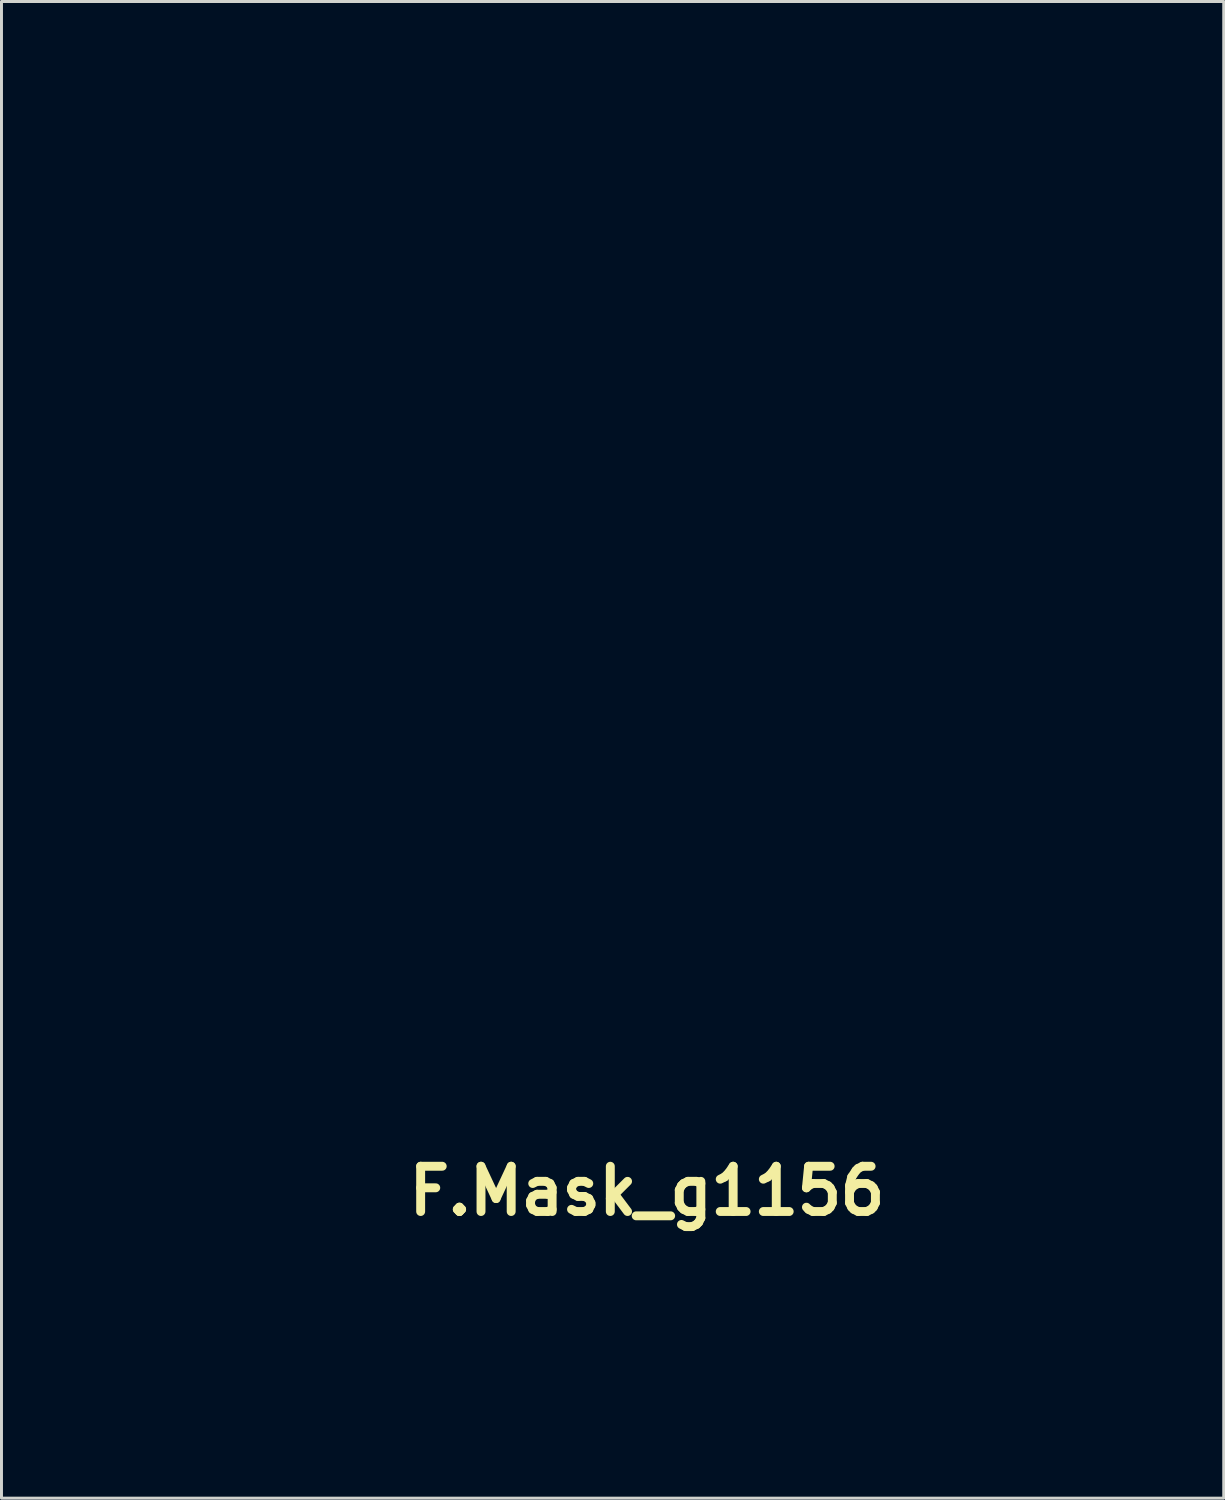
<source format=kicad_pcb>
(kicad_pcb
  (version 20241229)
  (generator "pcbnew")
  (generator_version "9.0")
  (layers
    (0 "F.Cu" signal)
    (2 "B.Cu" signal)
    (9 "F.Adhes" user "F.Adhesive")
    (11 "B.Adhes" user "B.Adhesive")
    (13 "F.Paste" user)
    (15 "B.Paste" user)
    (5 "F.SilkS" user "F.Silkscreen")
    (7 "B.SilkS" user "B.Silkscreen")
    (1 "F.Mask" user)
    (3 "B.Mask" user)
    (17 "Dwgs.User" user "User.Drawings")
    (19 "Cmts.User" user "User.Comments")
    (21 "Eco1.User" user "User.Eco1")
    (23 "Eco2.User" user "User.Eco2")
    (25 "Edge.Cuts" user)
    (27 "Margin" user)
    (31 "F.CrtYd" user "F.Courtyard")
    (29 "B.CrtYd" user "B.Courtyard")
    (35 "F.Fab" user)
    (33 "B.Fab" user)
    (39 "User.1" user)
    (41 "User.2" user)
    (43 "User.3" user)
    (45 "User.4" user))
  (footprint "F.Mask_g1156"
    (layer "F.Cu")
    (at 18.735 37.056)
    (property "Reference" "F.Mask_g1156" (at 0 0 0) (layer "F.SilkS") (effects (font (size 1.524 1.524) (thickness 0.3))))
    (attr through_hole)
    (fp_poly (pts (xy 13.485 -17.892) (xy 13.532 -17.856) (xy 13.561 -17.803) (xy 13.562 -17.74) (xy 13.535 -17.679) (xy 13.487 -17.644) (xy 13.422 -17.631) (xy 13.358 -17.643) (xy 13.327 -17.664) (xy 13.285 -17.729) (xy 13.284 -17.795) (xy 13.308 -17.841) (xy 13.365 -17.89) (xy 13.426 -17.905) (xy 13.485 -17.892)) (stroke (width 0.01) (type solid)) (fill yes) (layer "F.Mask"))
    (fp_poly (pts (xy 13.681 0.458) (xy 13.719 0.506) (xy 13.773 0.58) (xy 13.84 0.673) (xy 13.917 0.782) (xy 14 0.902) (xy 14.086 1.027) (xy 14.171 1.152) (xy 14.252 1.273) (xy 14.325 1.384) (xy 14.388 1.481) (xy 14.436 1.558) (xy 14.466 1.611) (xy 14.47 1.62) (xy 14.555 1.844) (xy 14.598 2.074) (xy 14.6 2.308) (xy 14.561 2.543) (xy 14.48 2.777) (xy 14.446 2.852) (xy 14.425 2.895) (xy 14.405 2.934) (xy 14.386 2.971) (xy 14.365 3.007) (xy 14.34 3.043) (xy 14.311 3.08) (xy 14.275 3.119) (xy 14.231 3.162) (xy 14.176 3.21) (xy 14.111 3.264) (xy 14.032 3.325) (xy 13.938 3.394) (xy 13.828 3.473) (xy 13.7 3.562) (xy 13.552 3.664) (xy 13.383 3.778) (xy 13.191 3.907) (xy 12.974 4.052) (xy 12.731 4.214) (xy 12.46 4.393) (xy 12.16 4.591) (xy 11.828 4.81) (xy 11.464 5.051) (xy 11.261 5.185) (xy 10.945 5.393) (xy 10.637 5.596) (xy 10.339 5.792) (xy 10.052 5.98) (xy 9.779 6.158) (xy 9.521 6.327) (xy 9.281 6.483) (xy 9.061 6.626) (xy 8.863 6.754) (xy 8.689 6.866) (xy 8.541 6.961) (xy 8.42 7.037) (xy 8.33 7.093) (xy 8.272 7.128) (xy 8.255 7.137) (xy 8.087 7.215) (xy 7.929 7.27) (xy 7.768 7.307) (xy 7.591 7.328) (xy 7.429 7.335) (xy 7.319 7.337) (xy 7.22 7.337) (xy 7.142 7.335) (xy 7.095 7.332) (xy 7.091 7.332) (xy 6.792 7.256) (xy 6.52 7.15) (xy 6.276 7.014) (xy 6.263 7.005) (xy 6.075 6.859) (xy 5.9 6.686) (xy 5.745 6.496) (xy 5.619 6.298) (xy 5.568 6.196) (xy 5.53 6.107) (xy 5.493 6.008) (xy 5.46 5.911) (xy 5.434 5.822) (xy 5.416 5.75) (xy 5.41 5.704) (xy 5.413 5.692) (xy 5.432 5.679) (xy 5.486 5.644) (xy 5.573 5.588) (xy 5.692 5.512) (xy 5.842 5.416) (xy 6.02 5.302) (xy 6.227 5.17) (xy 6.461 5.021) (xy 6.72 4.855) (xy 7.003 4.675) (xy 7.309 4.479) (xy 7.636 4.27) (xy 7.984 4.049) (xy 8.351 3.815) (xy 8.736 3.569) (xy 9.137 3.314) (xy 9.553 3.049) (xy 9.983 2.774) (xy 10.426 2.492) (xy 10.88 2.203) (xy 11.344 1.908) (xy 11.817 1.607) (xy 12.297 1.301) (xy 12.492 1.176) (xy 12.692 1.049) (xy 12.882 0.929) (xy 13.058 0.818) (xy 13.217 0.717) (xy 13.357 0.629) (xy 13.474 0.556) (xy 13.566 0.499) (xy 13.629 0.461) (xy 13.66 0.442) (xy 13.663 0.441) (xy 13.681 0.458)) (stroke (width 0.01) (type solid)) (fill yes) (layer "F.Mask"))
    (fp_poly (pts (xy -18.27 -3.018) (xy -18.245 -3.011) (xy -18.182 -2.996) (xy -18.083 -2.971) (xy -17.949 -2.938) (xy -17.783 -2.897) (xy -17.588 -2.849) (xy -17.365 -2.794) (xy -17.117 -2.733) (xy -16.846 -2.666) (xy -16.555 -2.594) (xy -16.245 -2.518) (xy -15.92 -2.438) (xy -15.581 -2.354) (xy -15.23 -2.268) (xy -15.166 -2.252) (xy -14.539 -2.098) (xy -13.952 -1.954) (xy -13.403 -1.819) (xy -12.891 -1.693) (xy -12.416 -1.576) (xy -11.975 -1.468) (xy -11.567 -1.367) (xy -11.191 -1.275) (xy -10.846 -1.19) (xy -10.531 -1.112) (xy -10.243 -1.041) (xy -9.983 -0.977) (xy -9.748 -0.919) (xy -9.537 -0.867) (xy -9.349 -0.82) (xy -9.183 -0.779) (xy -9.037 -0.743) (xy -8.911 -0.711) (xy -8.801 -0.684) (xy -8.709 -0.66) (xy -8.631 -0.64) (xy -8.568 -0.624) (xy -8.517 -0.611) (xy -8.477 -0.6) (xy -8.447 -0.592) (xy -8.426 -0.586) (xy -8.412 -0.581) (xy -8.404 -0.578) (xy -8.402 -0.576) (xy -8.4 -0.551) (xy -8.406 -0.491) (xy -8.416 -0.402) (xy -8.432 -0.292) (xy -8.45 -0.167) (xy -8.471 -0.034) (xy -8.493 0.101) (xy -8.516 0.23) (xy -8.537 0.348) (xy -8.557 0.447) (xy -8.573 0.521) (xy -8.582 0.555) (xy -8.66 0.743) (xy -8.766 0.914) (xy -8.908 1.077) (xy -8.912 1.081) (xy -9.09 1.233) (xy -9.288 1.349) (xy -9.5 1.43) (xy -9.722 1.473) (xy -9.948 1.477) (xy -10.128 1.45) (xy -10.172 1.44) (xy -10.253 1.419) (xy -10.366 1.39) (xy -10.508 1.354) (xy -10.674 1.31) (xy -10.86 1.262) (xy -11.061 1.209) (xy -11.275 1.153) (xy -11.419 1.115) (xy -11.682 1.045) (xy -11.971 0.969) (xy -12.276 0.888) (xy -12.589 0.806) (xy -12.898 0.724) (xy -13.193 0.646) (xy -13.466 0.574) (xy -13.663 0.522) (xy -13.878 0.466) (xy -14.126 0.4) (xy -14.401 0.328) (xy -14.695 0.25) (xy -15.002 0.169) (xy -15.314 0.087) (xy -15.624 0.005) (xy -15.926 -0.074) (xy -16.211 -0.149) (xy -16.245 -0.159) (xy -16.553 -0.24) (xy -16.824 -0.311) (xy -17.059 -0.374) (xy -17.262 -0.429) (xy -17.436 -0.478) (xy -17.584 -0.522) (xy -17.709 -0.561) (xy -17.814 -0.597) (xy -17.901 -0.632) (xy -17.975 -0.665) (xy -18.037 -0.698) (xy -18.092 -0.733) (xy -18.141 -0.77) (xy -18.188 -0.81) (xy -18.235 -0.855) (xy -18.287 -0.906) (xy -18.29 -0.909) (xy -18.378 -0.999) (xy -18.443 -1.075) (xy -18.495 -1.15) (xy -18.544 -1.238) (xy -18.57 -1.291) (xy -18.662 -1.517) (xy -18.715 -1.736) (xy -18.73 -1.954) (xy -18.707 -2.18) (xy -18.699 -2.218) (xy -18.674 -2.325) (xy -18.642 -2.425) (xy -18.598 -2.527) (xy -18.538 -2.641) (xy -18.459 -2.776) (xy -18.435 -2.815) (xy -18.373 -2.912) (xy -18.328 -2.976) (xy -18.295 -3.01) (xy -18.271 -3.018) (xy -18.27 -3.018)) (stroke (width 0.01) (type solid)) (fill yes) (layer "F.Mask"))
    (fp_poly (pts (xy -8.954 -14.769) (xy -8.725 -14.762) (xy -8.461 -14.751) (xy -8.159 -14.736) (xy -8.096 -14.733) (xy -7.873 -14.721) (xy -7.687 -14.709) (xy -7.533 -14.698) (xy -7.407 -14.685) (xy -7.304 -14.669) (xy -7.218 -14.651) (xy -7.145 -14.627) (xy -7.08 -14.598) (xy -7.018 -14.563) (xy -6.955 -14.52) (xy -6.884 -14.468) (xy -6.883 -14.467) (xy -6.726 -14.323) (xy -6.601 -14.154) (xy -6.511 -13.962) (xy -6.456 -13.753) (xy -6.441 -13.61) (xy -6.439 -13.547) (xy -6.44 -13.481) (xy -6.445 -13.406) (xy -6.453 -13.317) (xy -6.466 -13.208) (xy -6.485 -13.074) (xy -6.509 -12.909) (xy -6.54 -12.711) (xy -6.569 -12.524) (xy -6.597 -12.334) (xy -6.624 -12.148) (xy -6.649 -11.975) (xy -6.67 -11.824) (xy -6.685 -11.704) (xy -6.689 -11.671) (xy -6.7 -11.583) (xy -6.716 -11.465) (xy -6.736 -11.323) (xy -6.759 -11.162) (xy -6.784 -10.989) (xy -6.811 -10.809) (xy -6.837 -10.629) (xy -6.864 -10.454) (xy -6.888 -10.292) (xy -6.911 -10.147) (xy -6.93 -10.025) (xy -6.945 -9.934) (xy -6.955 -9.878) (xy -6.956 -9.877) (xy -6.968 -9.817) (xy -7.141 -9.826) (xy -7.522 -9.826) (xy -7.909 -9.787) (xy -8.296 -9.709) (xy -8.679 -9.596) (xy -9.051 -9.448) (xy -9.408 -9.267) (xy -9.746 -9.054) (xy -9.905 -8.937) (xy -10.209 -8.676) (xy -10.486 -8.383) (xy -10.736 -8.062) (xy -10.955 -7.717) (xy -11.139 -7.353) (xy -11.287 -6.972) (xy -11.292 -6.959) (xy -11.405 -6.549) (xy -11.477 -6.138) (xy -11.506 -5.727) (xy -11.492 -5.316) (xy -11.437 -4.906) (xy -11.338 -4.495) (xy -11.291 -4.343) (xy -11.141 -3.954) (xy -10.954 -3.584) (xy -10.732 -3.235) (xy -10.476 -2.91) (xy -10.189 -2.612) (xy -9.873 -2.342) (xy -9.641 -2.176) (xy -9.435 -2.05) (xy -9.204 -1.928) (xy -8.959 -1.815) (xy -8.715 -1.718) (xy -8.482 -1.64) (xy -8.361 -1.607) (xy -8.296 -1.591) (xy -8.251 -1.579) (xy -8.238 -1.575) (xy -8.237 -1.553) (xy -8.243 -1.499) (xy -8.254 -1.42) (xy -8.268 -1.327) (xy -8.284 -1.229) (xy -8.3 -1.133) (xy -8.315 -1.049) (xy -8.327 -0.986) (xy -8.336 -0.953) (xy -8.337 -0.95) (xy -8.361 -0.951) (xy -8.419 -0.962) (xy -8.505 -0.98) (xy -8.613 -1.004) (xy -8.736 -1.034) (xy -8.752 -1.038) (xy -8.835 -1.058) (xy -8.955 -1.088) (xy -9.109 -1.126) (xy -9.292 -1.171) (xy -9.5 -1.222) (xy -9.729 -1.279) (xy -9.977 -1.34) (xy -10.238 -1.404) (xy -10.508 -1.47) (xy -10.785 -1.538) (xy -10.933 -1.575) (xy -11.24 -1.65) (xy -11.58 -1.734) (xy -11.947 -1.824) (xy -12.333 -1.919) (xy -12.73 -2.016) (xy -13.131 -2.115) (xy -13.528 -2.212) (xy -13.915 -2.307) (xy -14.283 -2.398) (xy -14.625 -2.482) (xy -14.69 -2.498) (xy -14.991 -2.572) (xy -15.294 -2.646) (xy -15.594 -2.72) (xy -15.888 -2.792) (xy -16.17 -2.861) (xy -16.437 -2.927) (xy -16.685 -2.988) (xy -16.908 -3.043) (xy -17.103 -3.09) (xy -17.265 -3.13) (xy -17.383 -3.159) (xy -17.55 -3.2) (xy -17.703 -3.239) (xy -17.837 -3.274) (xy -17.948 -3.304) (xy -18.032 -3.327) (xy -18.083 -3.343) (xy -18.097 -3.35) (xy -18.087 -3.373) (xy -18.058 -3.425) (xy -18.015 -3.497) (xy -17.963 -3.584) (xy -17.957 -3.593) (xy -17.924 -3.647) (xy -17.871 -3.734) (xy -17.799 -3.85) (xy -17.712 -3.993) (xy -17.611 -4.158) (xy -17.497 -4.344) (xy -17.373 -4.547) (xy -17.241 -4.763) (xy -17.103 -4.99) (xy -16.96 -5.223) (xy -16.906 -5.313) (xy -16.664 -5.709) (xy -16.417 -6.112) (xy -16.168 -6.52) (xy -15.916 -6.931) (xy -15.663 -7.344) (xy -15.41 -7.756) (xy -15.158 -8.167) (xy -14.908 -8.574) (xy -14.661 -8.976) (xy -14.418 -9.371) (xy -14.18 -9.757) (xy -13.948 -10.134) (xy -13.723 -10.498) (xy -13.507 -10.85) (xy -13.299 -11.186) (xy -13.101 -11.505) (xy -12.915 -11.806) (xy -12.741 -12.087) (xy -12.58 -12.346) (xy -12.433 -12.581) (xy -12.302 -12.792) (xy -12.187 -12.976) (xy -12.089 -13.131) (xy -12.009 -13.256) (xy -11.949 -13.35) (xy -11.91 -13.41) (xy -11.895 -13.431) (xy -11.654 -13.715) (xy -11.384 -13.971) (xy -11.088 -14.195) (xy -10.769 -14.386) (xy -10.432 -14.542) (xy -10.079 -14.66) (xy -9.713 -14.74) (xy -9.694 -14.743) (xy -9.589 -14.756) (xy -9.465 -14.765) (xy -9.321 -14.771) (xy -9.151 -14.772) (xy -8.954 -14.769)) (stroke (width 0.01) (type solid)) (fill yes) (layer "F.Mask"))
    (fp_poly (pts (xy 5.715 -10.596) (xy 5.847 -10.563) (xy 5.964 -10.496) (xy 6.032 -10.439) (xy 6.063 -10.404) (xy 6.116 -10.335) (xy 6.191 -10.236) (xy 6.286 -10.107) (xy 6.4 -9.95) (xy 6.531 -9.767) (xy 6.679 -9.559) (xy 6.841 -9.329) (xy 7.018 -9.079) (xy 7.207 -8.809) (xy 7.215 -8.797) (xy 8.294 -7.254) (xy 8.06 -7.03) (xy 7.965 -6.937) (xy 7.87 -6.839) (xy 7.783 -6.746) (xy 7.715 -6.669) (xy 7.703 -6.655) (xy 7.461 -6.325) (xy 7.251 -5.971) (xy 7.075 -5.596) (xy 6.936 -5.206) (xy 6.834 -4.804) (xy 6.774 -4.406) (xy 6.754 -3.998) (xy 6.775 -3.593) (xy 6.835 -3.193) (xy 6.934 -2.8) (xy 7.071 -2.419) (xy 7.243 -2.052) (xy 7.449 -1.703) (xy 7.689 -1.375) (xy 7.961 -1.07) (xy 8.244 -0.808) (xy 8.58 -0.553) (xy 8.935 -0.336) (xy 9.306 -0.155) (xy 9.691 -0.013) (xy 10.088 0.09) (xy 10.492 0.154) (xy 10.903 0.177) (xy 11.318 0.159) (xy 11.733 0.1) (xy 11.764 0.094) (xy 12.05 0.026) (xy 12.327 -0.062) (xy 12.607 -0.175) (xy 12.783 -0.257) (xy 12.904 -0.315) (xy 12.992 -0.354) (xy 13.052 -0.377) (xy 13.088 -0.384) (xy 13.104 -0.378) (xy 13.104 -0.377) (xy 13.122 -0.35) (xy 13.159 -0.296) (xy 13.211 -0.222) (xy 13.272 -0.134) (xy 13.291 -0.107) (xy 13.352 -0.019) (xy 13.4 0.057) (xy 13.433 0.114) (xy 13.447 0.145) (xy 13.446 0.149) (xy 13.426 0.162) (xy 13.373 0.197) (xy 13.287 0.252) (xy 13.172 0.326) (xy 13.029 0.418) (xy 12.86 0.526) (xy 12.666 0.649) (xy 12.451 0.787) (xy 12.216 0.937) (xy 11.962 1.099) (xy 11.692 1.271) (xy 11.408 1.452) (xy 11.111 1.642) (xy 10.804 1.838) (xy 10.488 2.039) (xy 10.166 2.244) (xy 9.839 2.452) (xy 9.51 2.662) (xy 9.18 2.873) (xy 8.851 3.083) (xy 8.525 3.29) (xy 8.204 3.495) (xy 7.89 3.694) (xy 7.585 3.889) (xy 7.291 4.076) (xy 7.01 4.255) (xy 6.743 4.424) (xy 6.494 4.583) (xy 6.263 4.73) (xy 6.052 4.864) (xy 5.864 4.983) (xy 5.701 5.087) (xy 5.564 5.174) (xy 5.455 5.242) (xy 5.377 5.292) (xy 5.331 5.321) (xy 5.318 5.328) (xy 5.289 5.321) (xy 5.282 5.31) (xy 5.275 5.285) (xy 5.257 5.223) (xy 5.229 5.127) (xy 5.193 5.002) (xy 5.149 4.851) (xy 5.099 4.678) (xy 5.044 4.486) (xy 4.984 4.279) (xy 4.931 4.096) (xy 4.863 3.858) (xy 4.792 3.615) (xy 4.722 3.373) (xy 4.654 3.138) (xy 4.59 2.917) (xy 4.531 2.715) (xy 4.479 2.539) (xy 4.437 2.395) (xy 4.424 2.349) (xy 4.389 2.233) (xy 4.345 2.08) (xy 4.292 1.897) (xy 4.231 1.688) (xy 4.165 1.459) (xy 4.094 1.213) (xy 4.02 0.957) (xy 3.945 0.695) (xy 3.87 0.432) (xy 3.831 0.296) (xy 3.765 0.065) (xy 3.689 -0.201) (xy 3.604 -0.498) (xy 3.511 -0.821) (xy 3.413 -1.163) (xy 3.31 -1.52) (xy 3.204 -1.887) (xy 3.097 -2.258) (xy 2.991 -2.629) (xy 2.885 -2.995) (xy 2.783 -3.349) (xy 2.72 -3.567) (xy 2.589 -4.021) (xy 2.469 -4.437) (xy 2.359 -4.816) (xy 2.26 -5.16) (xy 2.171 -5.471) (xy 2.09 -5.751) (xy 2.019 -6.001) (xy 1.955 -6.224) (xy 1.9 -6.421) (xy 1.851 -6.594) (xy 1.81 -6.746) (xy 1.774 -6.878) (xy 1.744 -6.991) (xy 1.72 -7.089) (xy 1.7 -7.172) (xy 1.684 -7.242) (xy 1.672 -7.303) (xy 1.664 -7.354) (xy 1.658 -7.399) (xy 1.654 -7.439) (xy 1.652 -7.476) (xy 1.651 -7.511) (xy 1.651 -7.548) (xy 1.651 -7.587) (xy 1.651 -7.6) (xy 1.655 -7.65) (xy 6.065 -7.65) (xy 6.085 -7.494) (xy 6.14 -7.344) (xy 6.232 -7.204) (xy 6.244 -7.189) (xy 6.318 -7.123) (xy 6.418 -7.058) (xy 6.528 -7.003) (xy 6.583 -6.982) (xy 6.665 -6.969) (xy 6.77 -6.97) (xy 6.884 -6.984) (xy 6.992 -7.009) (xy 7.051 -7.032) (xy 7.195 -7.12) (xy 7.313 -7.242) (xy 7.382 -7.351) (xy 7.41 -7.409) (xy 7.427 -7.462) (xy 7.436 -7.524) (xy 7.44 -7.607) (xy 7.44 -7.662) (xy 7.438 -7.762) (xy 7.433 -7.833) (xy 7.42 -7.889) (xy 7.398 -7.943) (xy 7.382 -7.974) (xy 7.283 -8.12) (xy 7.157 -8.234) (xy 7.05 -8.295) (xy 6.98 -8.324) (xy 6.913 -8.341) (xy 6.835 -8.349) (xy 6.752 -8.35) (xy 6.654 -8.348) (xy 6.581 -8.339) (xy 6.517 -8.32) (xy 6.452 -8.291) (xy 6.314 -8.202) (xy 6.204 -8.087) (xy 6.126 -7.952) (xy 6.079 -7.805) (xy 6.065 -7.65) (xy 1.655 -7.65) (xy 1.672 -7.874) (xy 1.732 -8.14) (xy 1.829 -8.395) (xy 1.96 -8.635) (xy 2.123 -8.853) (xy 2.315 -9.047) (xy 2.533 -9.212) (xy 2.624 -9.266) (xy 2.669 -9.29) (xy 2.75 -9.33) (xy 2.864 -9.386) (xy 3.008 -9.455) (xy 3.179 -9.538) (xy 3.376 -9.632) (xy 3.594 -9.736) (xy 3.833 -9.85) (xy 4.088 -9.971) (xy 4.357 -10.098) (xy 4.637 -10.23) (xy 4.927 -10.367) (xy 5.154 -10.473) (xy 5.266 -10.524) (xy 5.35 -10.559) (xy 5.419 -10.581) (xy 5.482 -10.594) (xy 5.55 -10.6) (xy 5.56 -10.601) (xy 5.715 -10.596)) (stroke (width 0.01) (type solid)) (fill yes) (layer "F.Mask"))
    (fp_poly (pts (xy -11.818 -37.017) (xy -11.473 -36.944) (xy -11.137 -36.834) (xy -10.814 -36.687) (xy -10.509 -36.505) (xy -10.225 -36.289) (xy -10.16 -36.232) (xy -9.923 -35.992) (xy -9.71 -35.725) (xy -9.525 -35.436) (xy -9.371 -35.133) (xy -9.251 -34.821) (xy -9.177 -34.538) (xy -9.136 -34.262) (xy -9.118 -33.968) (xy -9.124 -33.671) (xy -9.154 -33.387) (xy -9.177 -33.262) (xy -9.192 -33.185) (xy -9.201 -33.127) (xy -9.204 -33.097) (xy -9.204 -33.095) (xy -9.185 -33.083) (xy -9.134 -33.05) (xy -9.054 -32.999) (xy -8.949 -32.932) (xy -8.822 -32.852) (xy -8.677 -32.759) (xy -8.516 -32.657) (xy -8.344 -32.548) (xy -8.324 -32.535) (xy -8.123 -32.407) (xy -7.954 -32.299) (xy -7.816 -32.209) (xy -7.703 -32.136) (xy -7.614 -32.076) (xy -7.545 -32.028) (xy -7.493 -31.989) (xy -7.455 -31.957) (xy -7.428 -31.93) (xy -7.408 -31.905) (xy -7.394 -31.883) (xy -7.342 -31.758) (xy -7.326 -31.628) (xy -7.349 -31.504) (xy -7.361 -31.473) (xy -7.379 -31.445) (xy -7.422 -31.388) (xy -7.487 -31.303) (xy -7.573 -31.192) (xy -7.676 -31.06) (xy -7.796 -30.907) (xy -7.93 -30.738) (xy -8.076 -30.554) (xy -8.232 -30.358) (xy -8.395 -30.153) (xy -8.564 -29.942) (xy -8.736 -29.726) (xy -8.91 -29.509) (xy -9.083 -29.293) (xy -9.254 -29.081) (xy -9.419 -28.876) (xy -9.578 -28.68) (xy -9.727 -28.495) (xy -9.865 -28.326) (xy -9.99 -28.173) (xy -10.099 -28.039) (xy -10.191 -27.928) (xy -10.263 -27.842) (xy -10.313 -27.784) (xy -10.339 -27.756) (xy -10.443 -27.686) (xy -10.565 -27.651) (xy -10.698 -27.653) (xy -10.773 -27.671) (xy -10.82 -27.69) (xy -10.864 -27.717) (xy -10.909 -27.756) (xy -10.957 -27.812) (xy -11.011 -27.886) (xy -11.072 -27.984) (xy -11.144 -28.108) (xy -11.229 -28.262) (xy -11.33 -28.451) (xy -11.345 -28.48) (xy -11.427 -28.635) (xy -10.824 -28.635) (xy -10.709 -28.532) (xy -10.651 -28.482) (xy -10.603 -28.447) (xy -10.576 -28.434) (xy -10.575 -28.434) (xy -10.558 -28.451) (xy -10.516 -28.497) (xy -10.45 -28.57) (xy -10.362 -28.669) (xy -10.254 -28.79) (xy -10.129 -28.932) (xy -9.987 -29.093) (xy -9.832 -29.269) (xy -9.664 -29.46) (xy -9.487 -29.662) (xy -9.302 -29.874) (xy -9.289 -29.888) (xy -8.022 -31.337) (xy -8.144 -31.448) (xy -8.203 -31.501) (xy -8.249 -31.539) (xy -8.274 -31.558) (xy -8.276 -31.558) (xy -8.291 -31.542) (xy -8.331 -31.498) (xy -8.395 -31.426) (xy -8.478 -31.331) (xy -8.58 -31.216) (xy -8.698 -31.081) (xy -8.829 -30.932) (xy -8.971 -30.77) (xy -9.122 -30.598) (xy -9.278 -30.419) (xy -9.439 -30.236) (xy -9.6 -30.05) (xy -9.761 -29.867) (xy -9.918 -29.687) (xy -10.069 -29.513) (xy -10.212 -29.349) (xy -10.344 -29.197) (xy -10.463 -29.061) (xy -10.566 -28.941) (xy -10.651 -28.843) (xy -10.716 -28.767) (xy -10.758 -28.718) (xy -10.773 -28.7) (xy -10.824 -28.635) (xy -11.427 -28.635) (xy -11.532 -28.833) (xy -11.701 -29.151) (xy -11.851 -29.435) (xy -11.984 -29.686) (xy -12.101 -29.905) (xy -12.203 -30.095) (xy -12.289 -30.257) (xy -12.362 -30.392) (xy -12.422 -30.503) (xy -12.47 -30.59) (xy -12.507 -30.656) (xy -12.533 -30.701) (xy -12.55 -30.728) (xy -12.557 -30.737) (xy -12.589 -30.747) (xy -12.649 -30.758) (xy -12.698 -30.765) (xy -12.884 -30.797) (xy -13.092 -30.849) (xy -13.306 -30.916) (xy -13.514 -30.995) (xy -13.701 -31.08) (xy -13.758 -31.11) (xy -13.998 -31.256) (xy -14.233 -31.43) (xy -14.455 -31.622) (xy -14.656 -31.826) (xy -14.826 -32.034) (xy -14.872 -32.099) (xy -15.044 -32.382) (xy -15.116 -32.533) (xy -12.537 -32.533) (xy -12.431 -32.533) (xy -12.353 -32.536) (xy -12.28 -32.543) (xy -12.258 -32.546) (xy -12.222 -32.555) (xy -12.202 -32.571) (xy -12.194 -32.604) (xy -12.192 -32.666) (xy -12.192 -32.693) (xy -12.172 -32.925) (xy -12.113 -33.159) (xy -12.017 -33.391) (xy -11.889 -33.613) (xy -11.729 -33.82) (xy -11.683 -33.87) (xy -11.523 -34.039) (xy -11.344 -33.855) (xy -11.24 -33.753) (xy -11.127 -33.649) (xy -11.012 -33.55) (xy -10.906 -33.464) (xy -10.815 -33.398) (xy -10.778 -33.374) (xy -10.714 -33.337) (xy -10.535 -33.621) (xy -10.585 -33.654) (xy -10.776 -33.793) (xy -10.964 -33.954) (xy -11.138 -34.129) (xy -11.29 -34.306) (xy -11.373 -34.42) (xy -11.496 -34.626) (xy -11.603 -34.843) (xy -11.689 -35.063) (xy -11.75 -35.275) (xy -11.783 -35.469) (xy -11.783 -35.47) (xy -11.796 -35.602) (xy -12.129 -35.602) (xy -12.129 -35.54) (xy -12.123 -35.47) (xy -12.107 -35.371) (xy -12.084 -35.254) (xy -12.057 -35.13) (xy -12.026 -35.011) (xy -11.996 -34.908) (xy -11.99 -34.892) (xy -11.955 -34.798) (xy -11.906 -34.684) (xy -11.854 -34.57) (xy -11.827 -34.516) (xy -11.721 -34.308) (xy -11.883 -34.145) (xy -12.046 -33.968) (xy -12.179 -33.788) (xy -12.294 -33.592) (xy -12.332 -33.514) (xy -12.426 -33.289) (xy -12.487 -33.064) (xy -12.52 -32.824) (xy -12.524 -32.761) (xy -12.537 -32.533) (xy -15.116 -32.533) (xy -15.188 -32.684) (xy -15.302 -32.994) (xy -15.381 -33.304) (xy -15.4 -33.411) (xy -15.418 -33.576) (xy -15.427 -33.764) (xy -15.428 -33.964) (xy -15.42 -34.163) (xy -15.404 -34.348) (xy -15.38 -34.509) (xy -15.371 -34.556) (xy -15.268 -34.914) (xy -15.132 -35.249) (xy -14.96 -35.561) (xy -14.751 -35.853) (xy -14.504 -36.128) (xy -14.5 -36.132) (xy -14.226 -36.378) (xy -13.936 -36.586) (xy -13.628 -36.755) (xy -13.301 -36.887) (xy -12.952 -36.983) (xy -12.873 -36.999) (xy -12.522 -37.046) (xy -12.169 -37.051) (xy -11.818 -37.017)) (stroke (width 0.01) (type solid)) (fill yes) (layer "F.Mask"))
    (fp_poly (pts (xy 11.426 -25.706) (xy 11.548 -25.704) (xy 11.645 -25.699) (xy 11.728 -25.691) (xy 11.806 -25.68) (xy 11.887 -25.664) (xy 11.913 -25.658) (xy 12.261 -25.564) (xy 12.578 -25.445) (xy 12.872 -25.297) (xy 13.146 -25.117) (xy 13.408 -24.901) (xy 13.537 -24.777) (xy 13.787 -24.499) (xy 13.998 -24.204) (xy 14.171 -23.892) (xy 14.305 -23.563) (xy 14.4 -23.218) (xy 14.426 -23.082) (xy 14.443 -22.948) (xy 14.454 -22.786) (xy 14.461 -22.612) (xy 14.462 -22.439) (xy 14.456 -22.284) (xy 14.448 -22.193) (xy 14.433 -22.066) (xy 15.306 -21.622) (xy 15.529 -21.508) (xy 15.718 -21.41) (xy 15.876 -21.327) (xy 16.005 -21.257) (xy 16.108 -21.197) (xy 16.19 -21.145) (xy 16.253 -21.1) (xy 16.3 -21.058) (xy 16.334 -21.018) (xy 16.359 -20.977) (xy 16.378 -20.934) (xy 16.393 -20.886) (xy 16.395 -20.88) (xy 16.418 -20.737) (xy 16.404 -20.6) (xy 16.367 -20.501) (xy 16.349 -20.47) (xy 16.309 -20.407) (xy 16.25 -20.315) (xy 16.173 -20.196) (xy 16.081 -20.055) (xy 15.975 -19.892) (xy 15.857 -19.712) (xy 15.729 -19.517) (xy 15.593 -19.311) (xy 15.451 -19.095) (xy 15.304 -18.873) (xy 15.156 -18.647) (xy 15.006 -18.421) (xy 14.859 -18.198) (xy 14.714 -17.979) (xy 14.575 -17.769) (xy 14.442 -17.57) (xy 14.319 -17.385) (xy 14.207 -17.216) (xy 14.107 -17.067) (xy 14.022 -16.94) (xy 13.953 -16.839) (xy 13.903 -16.765) (xy 13.874 -16.723) (xy 13.867 -16.714) (xy 13.81 -16.665) (xy 13.742 -16.619) (xy 13.728 -16.612) (xy 13.648 -16.583) (xy 13.549 -16.564) (xy 13.449 -16.559) (xy 13.368 -16.568) (xy 13.356 -16.571) (xy 13.225 -16.631) (xy 13.121 -16.714) (xy 13.12 -16.714) (xy 13.1 -16.741) (xy 13.059 -16.799) (xy 13 -16.886) (xy 12.924 -16.998) (xy 12.834 -17.131) (xy 12.733 -17.281) (xy 12.623 -17.446) (xy 12.505 -17.622) (xy 12.414 -17.759) (xy 12.954 -17.759) (xy 12.973 -17.617) (xy 13.028 -17.495) (xy 13.116 -17.396) (xy 13.229 -17.327) (xy 13.327 -17.301) (xy 13.442 -17.296) (xy 13.554 -17.311) (xy 13.621 -17.333) (xy 13.73 -17.404) (xy 13.819 -17.503) (xy 13.88 -17.621) (xy 13.906 -17.747) (xy 13.906 -17.767) (xy 13.888 -17.897) (xy 13.837 -18.01) (xy 13.759 -18.103) (xy 13.662 -18.174) (xy 13.55 -18.22) (xy 13.431 -18.238) (xy 13.312 -18.226) (xy 13.198 -18.181) (xy 13.098 -18.102) (xy 13.02 -18.008) (xy 12.975 -17.917) (xy 12.956 -17.812) (xy 12.954 -17.759) (xy 12.414 -17.759) (xy 12.383 -17.806) (xy 12.259 -17.993) (xy 12.135 -18.18) (xy 12.013 -18.365) (xy 11.896 -18.542) (xy 11.887 -18.556) (xy 13.91 -18.556) (xy 14.041 -18.456) (xy 14.113 -18.404) (xy 14.16 -18.378) (xy 14.188 -18.375) (xy 14.195 -18.38) (xy 14.211 -18.401) (xy 14.25 -18.453) (xy 14.31 -18.533) (xy 14.388 -18.639) (xy 14.483 -18.766) (xy 14.591 -18.912) (xy 14.711 -19.075) (xy 14.84 -19.25) (xy 14.976 -19.435) (xy 14.983 -19.445) (xy 15.119 -19.63) (xy 15.248 -19.805) (xy 15.366 -19.968) (xy 15.472 -20.114) (xy 15.564 -20.242) (xy 15.64 -20.347) (xy 15.697 -20.428) (xy 15.734 -20.481) (xy 15.747 -20.503) (xy 15.747 -20.503) (xy 15.731 -20.523) (xy 15.688 -20.56) (xy 15.628 -20.605) (xy 15.618 -20.613) (xy 15.552 -20.659) (xy 15.511 -20.682) (xy 15.486 -20.687) (xy 15.469 -20.675) (xy 15.462 -20.666) (xy 15.445 -20.642) (xy 15.405 -20.587) (xy 15.345 -20.505) (xy 15.266 -20.397) (xy 15.171 -20.268) (xy 15.062 -20.12) (xy 14.942 -19.957) (xy 14.812 -19.781) (xy 14.675 -19.595) (xy 14.673 -19.591) (xy 13.91 -18.556) (xy 11.887 -18.556) (xy 11.786 -18.71) (xy 11.685 -18.863) (xy 11.597 -19) (xy 11.522 -19.115) (xy 11.472 -19.193) (xy 11.335 -19.41) (xy 11.204 -19.41) (xy 11.026 -19.42) (xy 10.824 -19.447) (xy 10.612 -19.489) (xy 10.403 -19.543) (xy 10.21 -19.606) (xy 10.169 -19.622) (xy 9.871 -19.756) (xy 9.602 -19.911) (xy 9.351 -20.095) (xy 9.107 -20.313) (xy 9.08 -20.34) (xy 8.832 -20.615) (xy 8.623 -20.906) (xy 8.452 -21.216) (xy 8.317 -21.546) (xy 8.268 -21.717) (xy 8.846 -21.717) (xy 8.851 -21.683) (xy 8.869 -21.663) (xy 8.902 -21.652) (xy 8.951 -21.641) (xy 8.954 -21.641) (xy 9.047 -21.622) (xy 9.108 -21.614) (xy 9.145 -21.623) (xy 9.166 -21.65) (xy 9.18 -21.699) (xy 9.187 -21.733) (xy 9.216 -21.852) (xy 9.255 -21.996) (xy 9.302 -22.154) (xy 9.353 -22.311) (xy 9.403 -22.453) (xy 9.424 -22.511) (xy 9.546 -22.797) (xy 9.68 -23.049) (xy 9.829 -23.275) (xy 10 -23.485) (xy 10.081 -23.572) (xy 10.323 -23.797) (xy 10.575 -23.98) (xy 10.838 -24.123) (xy 11.112 -24.225) (xy 11.341 -24.277) (xy 11.493 -24.303) (xy 11.493 -24.633) (xy 11.393 -24.622) (xy 11.326 -24.612) (xy 11.234 -24.594) (xy 11.134 -24.572) (xy 11.099 -24.563) (xy 10.796 -24.466) (xy 10.508 -24.33) (xy 10.238 -24.157) (xy 9.985 -23.949) (xy 9.752 -23.706) (xy 9.539 -23.431) (xy 9.348 -23.125) (xy 9.18 -22.788) (xy 9.036 -22.423) (xy 8.916 -22.03) (xy 8.902 -21.973) (xy 8.872 -21.855) (xy 8.853 -21.772) (xy 8.846 -21.717) (xy 8.268 -21.717) (xy 8.216 -21.9) (xy 8.208 -21.935) (xy 8.183 -22.092) (xy 8.166 -22.278) (xy 8.158 -22.481) (xy 8.159 -22.688) (xy 8.169 -22.889) (xy 8.187 -23.07) (xy 8.208 -23.192) (xy 8.307 -23.549) (xy 8.442 -23.886) (xy 8.611 -24.203) (xy 8.812 -24.496) (xy 9.044 -24.763) (xy 9.303 -25.003) (xy 9.589 -25.213) (xy 9.899 -25.391) (xy 10.23 -25.535) (xy 10.581 -25.642) (xy 10.61 -25.649) (xy 10.698 -25.669) (xy 10.774 -25.684) (xy 10.849 -25.694) (xy 10.931 -25.7) (xy 11.03 -25.704) (xy 11.156 -25.706) (xy 11.271 -25.706) (xy 11.426 -25.706)) (stroke (width 0.01) (type solid)) (fill yes) (layer "F.Mask")))
  (gr_rect
    (start -3 -3)
    (end 38.157 47.398)
    (stroke (width 0.1) (type default))
    (fill no)
    (layer "Edge.Cuts")))
</source>
